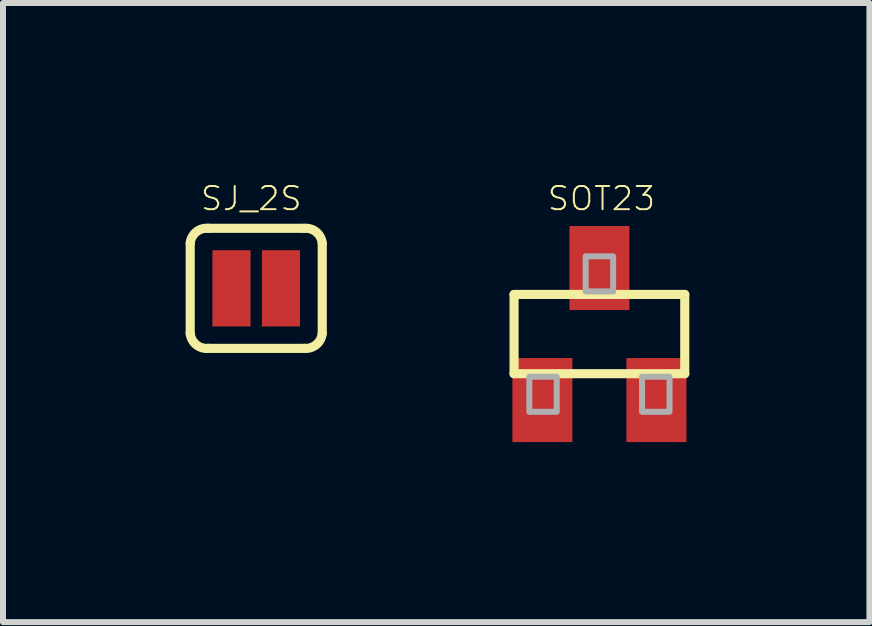
<source format=kicad_pcb>
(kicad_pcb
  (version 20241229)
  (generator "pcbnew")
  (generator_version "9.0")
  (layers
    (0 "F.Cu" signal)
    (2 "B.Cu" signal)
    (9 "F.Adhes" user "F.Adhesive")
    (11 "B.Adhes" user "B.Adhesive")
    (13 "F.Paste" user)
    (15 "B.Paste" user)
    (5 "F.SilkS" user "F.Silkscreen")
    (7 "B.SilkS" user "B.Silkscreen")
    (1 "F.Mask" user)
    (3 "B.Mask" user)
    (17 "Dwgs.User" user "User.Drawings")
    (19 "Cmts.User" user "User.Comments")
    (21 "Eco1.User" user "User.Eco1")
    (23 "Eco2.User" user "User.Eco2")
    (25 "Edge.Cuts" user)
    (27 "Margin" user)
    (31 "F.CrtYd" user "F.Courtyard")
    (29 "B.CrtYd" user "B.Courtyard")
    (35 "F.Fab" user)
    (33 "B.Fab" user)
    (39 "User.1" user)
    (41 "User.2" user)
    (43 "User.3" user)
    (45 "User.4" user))
  (footprint "SOT23"
    (layer "F.Cu")
    (at 6.937 2.516)
    (property "Reference" "SOT23" (at -0.889 -2.032 0) (layer "F.SilkS") (effects (font (size 0.386 0.386) (thickness 0.033)) (justify left bottom)))
    (attr through_hole)
    (fp_line (start -1.422 -0.66) (end 1.422 -0.66) (stroke (width 0.152) (type solid)) (layer "F.SilkS"))
    (fp_line (start -1.422 0.66) (end -1.422 -0.66) (stroke (width 0.152) (type solid)) (layer "F.SilkS"))
    (fp_line (start 1.422 -0.66) (end 1.422 0.66) (stroke (width 0.152) (type solid)) (layer "F.SilkS"))
    (fp_line (start 1.422 0.66) (end -1.422 0.66) (stroke (width 0.152) (type solid)) (layer "F.SilkS"))
    (fp_poly (pts (xy -1.168 1.295) (xy -0.711 1.295) (xy -0.711 0.711) (xy -1.168 0.711)) (stroke (width 0.1) (type solid)) (fill no) (layer "F.Fab"))
    (fp_poly (pts (xy -0.229 -0.711) (xy 0.229 -0.711) (xy 0.229 -1.295) (xy -0.229 -1.295)) (stroke (width 0.1) (type solid)) (fill no) (layer "F.Fab"))
    (fp_poly (pts (xy 0.711 1.295) (xy 1.168 1.295) (xy 1.168 0.711) (xy 0.711 0.711)) (stroke (width 0.1) (type solid)) (fill no) (layer "F.Fab"))
    (pad "1" smd rect (at -0.95 1.1) (size 1 1.4) (layers "F.Cu" "F.Mask" "F.Paste"))
    (pad "2" smd rect (at 0.95 1.1) (size 1 1.4) (layers "F.Cu" "F.Mask" "F.Paste"))
    (pad "3" smd rect (at 0 -1.1) (size 1 1.4) (layers "F.Cu" "F.Mask" "F.Paste")))
  (footprint "SJ_2S"
    (layer "F.Cu")
    (at 1.219 1.754)
    (property "Reference" "SJ_2S" (at -0.95 -1.27 0) (layer "F.SilkS") (effects (font (size 0.386 0.386) (thickness 0.033)) (justify left bottom)))
    (attr through_hole)
    (fp_line (start -1.1 0.75) (end -1.1 -0.75) (stroke (width 0.152) (type solid)) (layer "F.SilkS"))
    (fp_line (start -0.8 -1) (end 0.8 -1) (stroke (width 0.152) (type solid)) (layer "F.SilkS"))
    (fp_line (start 0.8 1) (end -0.8 1) (stroke (width 0.152) (type solid)) (layer "F.SilkS"))
    (fp_line (start 1.1 0.75) (end 1.1 -0.75) (stroke (width 0.152) (type solid)) (layer "F.SilkS"))
    (fp_arc (start -1.1 -0.75) (mid -1.001777 -0.937132) (end -0.8 -1) (stroke (width 0.1524) (type solid)) (layer "F.SilkS"))
    (fp_arc (start -0.799998 1) (mid -1.001849 0.93722) (end -1.1 0.75) (stroke (width 0.1524) (type solid)) (layer "F.SilkS"))
    (fp_arc (start 0.8 -1) (mid 1.001777 -0.937132) (end 1.1 -0.75) (stroke (width 0.1524) (type solid)) (layer "F.SilkS"))
    (fp_arc (start 1.1 0.75) (mid 1.001777 0.937132) (end 0.8 1) (stroke (width 0.1524) (type solid)) (layer "F.SilkS"))
    (fp_poly (pts (xy -1.219 1.143) (xy 1.219 1.143) (xy 1.219 -1.143) (xy -1.219 -1.143)) (stroke (width 0) (type solid)) (fill yes) (layer "F.Paste"))
    (pad "1" smd rect (at -0.412 0) (size 0.635 1.27) (layers "F.Cu" "F.Mask" "F.Paste"))
    (pad "2" smd rect (at 0.412 0) (size 0.635 1.27) (layers "F.Cu" "F.Mask" "F.Paste")))
  (gr_rect
    (start -3 -3)
    (end 11.436 7.316)
    (stroke (width 0.1) (type default))
    (fill no)
    (layer "Edge.Cuts")))
</source>
